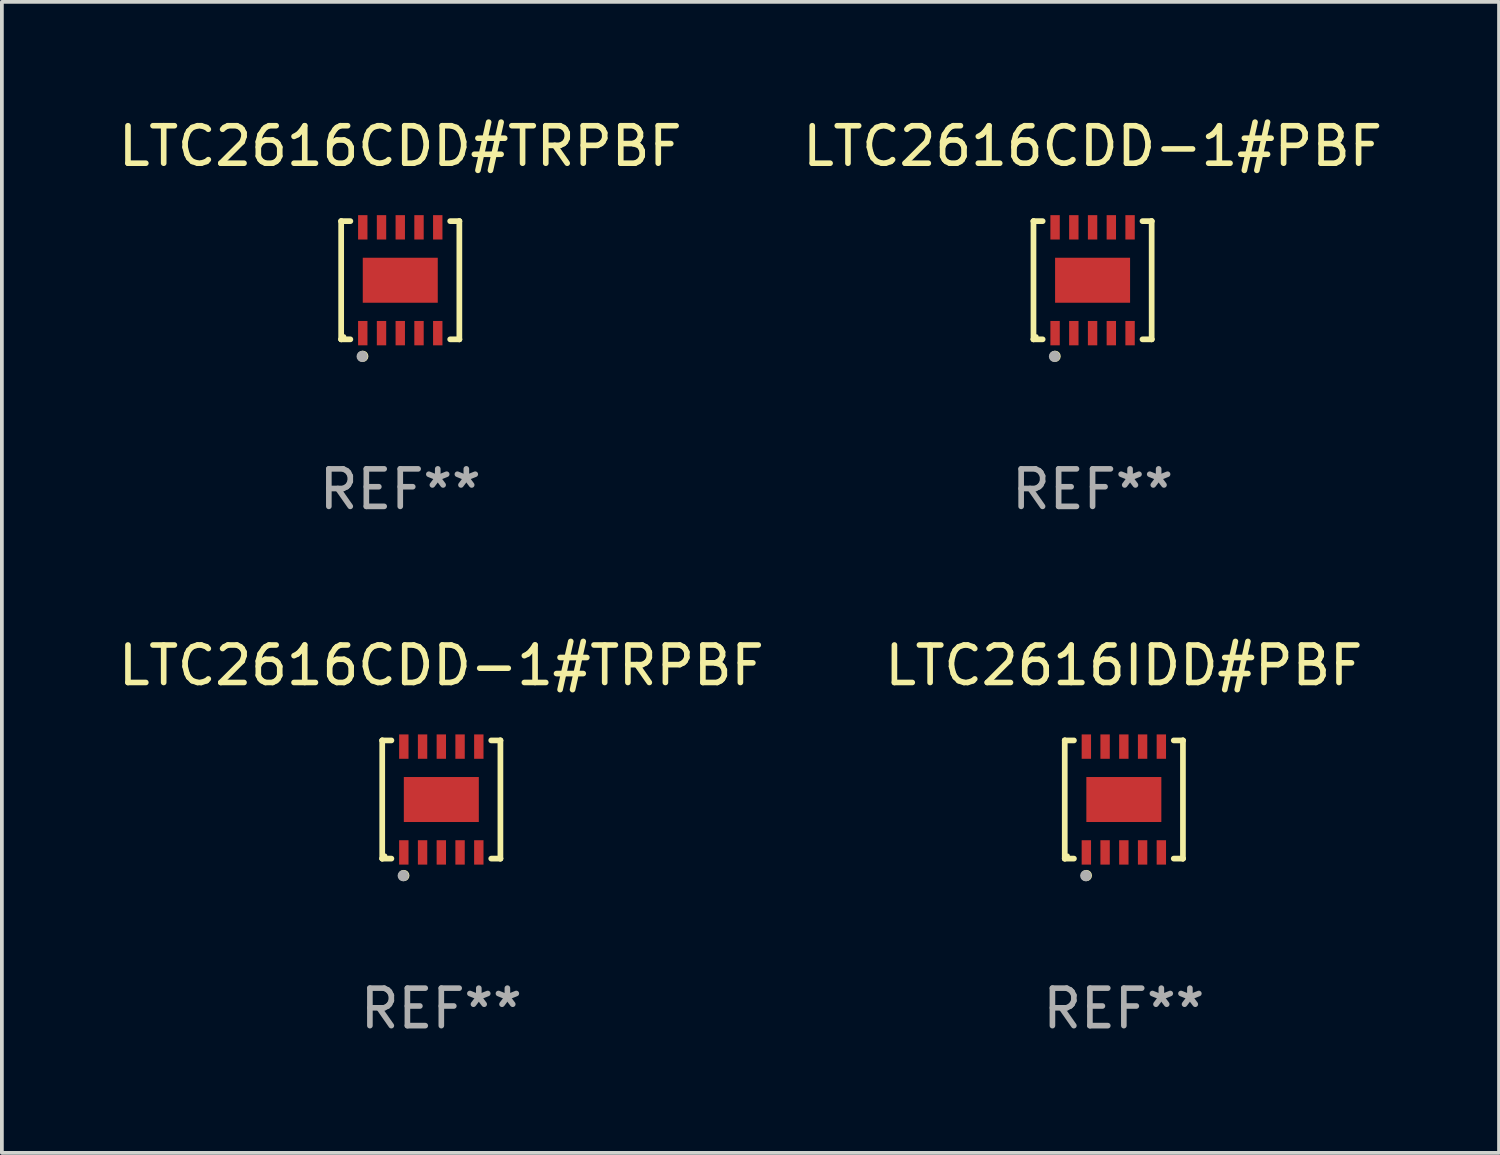
<source format=kicad_pcb>
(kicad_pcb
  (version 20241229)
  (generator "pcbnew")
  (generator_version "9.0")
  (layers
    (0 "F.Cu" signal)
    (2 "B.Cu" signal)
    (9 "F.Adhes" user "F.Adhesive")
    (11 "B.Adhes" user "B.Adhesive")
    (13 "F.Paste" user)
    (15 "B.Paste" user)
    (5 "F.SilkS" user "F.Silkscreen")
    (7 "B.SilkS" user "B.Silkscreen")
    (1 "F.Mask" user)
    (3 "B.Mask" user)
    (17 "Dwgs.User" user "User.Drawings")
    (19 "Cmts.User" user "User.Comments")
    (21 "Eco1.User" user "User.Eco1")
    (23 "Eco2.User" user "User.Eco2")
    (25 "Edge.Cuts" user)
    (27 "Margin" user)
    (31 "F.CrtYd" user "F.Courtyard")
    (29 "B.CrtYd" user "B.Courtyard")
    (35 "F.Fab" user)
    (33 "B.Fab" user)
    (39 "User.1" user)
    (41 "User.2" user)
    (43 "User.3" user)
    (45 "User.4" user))
  (footprint "LTC2616CDD-1#TRPBF"
    (layer "F.Cu")
    (at 8.72 18.273)
    (property "Reference" "LTC2616CDD-1#TRPBF" (at 0 -3.576 0) (layer "F.SilkS") (effects (font (size 1 1) (thickness 0.15))))
    (attr through_hole)
    (fp_line (start -1.576 -1.576) (end -1.576 -1.576) (stroke (width 0.152) (type solid)) (layer "F.SilkS"))
    (fp_line (start -1.576 -1.576) (end -1.331 -1.576) (stroke (width 0.152) (type solid)) (layer "F.SilkS"))
    (fp_line (start -1.576 1.576) (end -1.576 -1.576) (stroke (width 0.152) (type solid)) (layer "F.SilkS"))
    (fp_line (start -1.576 1.576) (end -1.576 1.576) (stroke (width 0.152) (type solid)) (layer "F.SilkS"))
    (fp_line (start -1.331 1.576) (end -1.576 1.576) (stroke (width 0.152) (type solid)) (layer "F.SilkS"))
    (fp_line (start 1.331 1.576) (end 1.576 1.576) (stroke (width 0.152) (type solid)) (layer "F.SilkS"))
    (fp_line (start 1.576 -1.576) (end 1.331 -1.576) (stroke (width 0.152) (type solid)) (layer "F.SilkS"))
    (fp_line (start 1.576 -1.576) (end 1.576 -1.576) (stroke (width 0.152) (type solid)) (layer "F.SilkS"))
    (fp_line (start 1.576 1.576) (end 1.576 -1.576) (stroke (width 0.152) (type solid)) (layer "F.SilkS"))
    (fp_line (start 1.576 1.576) (end 1.576 1.576) (stroke (width 0.152) (type solid)) (layer "F.SilkS"))
    (fp_circle (center -1.5 1.5) (end -1.47 1.5) (stroke (width 0.06) (type solid)) (fill no) (layer "F.SilkS"))
    (fp_circle (center -1 2.028) (end -0.925 2.028) (stroke (width 0.15) (type solid)) (fill no) (layer "F.SilkS"))
    (fp_circle (center -1.016 2.032) (end -0.941 2.032) (stroke (width 0.15) (type solid)) (fill no) (layer "F.Fab"))
    (fp_text user "REF**" (at 0 5.576 0) (layer "F.Fab") (effects (font (size 1 1) (thickness 0.15))))
    (pad "1" smd rect (at -1 1.411) (size 0.25 0.65) (layers "F.Cu" "F.Mask" "F.Paste"))
    (pad "2" smd rect (at -0.5 1.411) (size 0.25 0.65) (layers "F.Cu" "F.Mask" "F.Paste"))
    (pad "3" smd rect (at 0 1.411) (size 0.25 0.65) (layers "F.Cu" "F.Mask" "F.Paste"))
    (pad "4" smd rect (at 0.5 1.411) (size 0.25 0.65) (layers "F.Cu" "F.Mask" "F.Paste"))
    (pad "5" smd rect (at 1 1.411) (size 0.25 0.65) (layers "F.Cu" "F.Mask" "F.Paste"))
    (pad "6" smd rect (at 1 -1.411) (size 0.25 0.65) (layers "F.Cu" "F.Mask" "F.Paste"))
    (pad "7" smd rect (at 0.5 -1.411) (size 0.25 0.65) (layers "F.Cu" "F.Mask" "F.Paste"))
    (pad "8" smd rect (at 0 -1.411) (size 0.25 0.65) (layers "F.Cu" "F.Mask" "F.Paste"))
    (pad "9" smd rect (at -0.5 -1.411) (size 0.25 0.65) (layers "F.Cu" "F.Mask" "F.Paste"))
    (pad "10" smd rect (at -1 -1.411) (size 0.25 0.65) (layers "F.Cu" "F.Mask" "F.Paste"))
    (pad "11" smd rect (at 0 0) (size 2 1.2) (layers "F.Cu" "F.Mask" "F.Paste")))
  (footprint "LTC2616CDD#TRPBF"
    (layer "F.Cu")
    (at 7.625 4.424)
    (property "Reference" "LTC2616CDD#TRPBF" (at 0 -3.576 0) (layer "F.SilkS") (effects (font (size 1 1) (thickness 0.15))))
    (attr through_hole)
    (fp_line (start -1.576 -1.576) (end -1.576 -1.576) (stroke (width 0.152) (type solid)) (layer "F.SilkS"))
    (fp_line (start -1.576 -1.576) (end -1.331 -1.576) (stroke (width 0.152) (type solid)) (layer "F.SilkS"))
    (fp_line (start -1.576 1.576) (end -1.576 -1.576) (stroke (width 0.152) (type solid)) (layer "F.SilkS"))
    (fp_line (start -1.576 1.576) (end -1.576 1.576) (stroke (width 0.152) (type solid)) (layer "F.SilkS"))
    (fp_line (start -1.331 1.576) (end -1.576 1.576) (stroke (width 0.152) (type solid)) (layer "F.SilkS"))
    (fp_line (start 1.331 1.576) (end 1.576 1.576) (stroke (width 0.152) (type solid)) (layer "F.SilkS"))
    (fp_line (start 1.576 -1.576) (end 1.331 -1.576) (stroke (width 0.152) (type solid)) (layer "F.SilkS"))
    (fp_line (start 1.576 -1.576) (end 1.576 -1.576) (stroke (width 0.152) (type solid)) (layer "F.SilkS"))
    (fp_line (start 1.576 1.576) (end 1.576 -1.576) (stroke (width 0.152) (type solid)) (layer "F.SilkS"))
    (fp_line (start 1.576 1.576) (end 1.576 1.576) (stroke (width 0.152) (type solid)) (layer "F.SilkS"))
    (fp_circle (center -1.5 1.5) (end -1.47 1.5) (stroke (width 0.06) (type solid)) (fill no) (layer "F.SilkS"))
    (fp_circle (center -1 2.028) (end -0.925 2.028) (stroke (width 0.15) (type solid)) (fill no) (layer "F.SilkS"))
    (fp_circle (center -1.016 2.032) (end -0.941 2.032) (stroke (width 0.15) (type solid)) (fill no) (layer "F.Fab"))
    (fp_text user "REF**" (at 0 5.576 0) (layer "F.Fab") (effects (font (size 1 1) (thickness 0.15))))
    (pad "1" smd rect (at -1 1.411) (size 0.25 0.65) (layers "F.Cu" "F.Mask" "F.Paste"))
    (pad "2" smd rect (at -0.5 1.411) (size 0.25 0.65) (layers "F.Cu" "F.Mask" "F.Paste"))
    (pad "3" smd rect (at 0 1.411) (size 0.25 0.65) (layers "F.Cu" "F.Mask" "F.Paste"))
    (pad "4" smd rect (at 0.5 1.411) (size 0.25 0.65) (layers "F.Cu" "F.Mask" "F.Paste"))
    (pad "5" smd rect (at 1 1.411) (size 0.25 0.65) (layers "F.Cu" "F.Mask" "F.Paste"))
    (pad "6" smd rect (at 1 -1.411) (size 0.25 0.65) (layers "F.Cu" "F.Mask" "F.Paste"))
    (pad "7" smd rect (at 0.5 -1.411) (size 0.25 0.65) (layers "F.Cu" "F.Mask" "F.Paste"))
    (pad "8" smd rect (at 0 -1.411) (size 0.25 0.65) (layers "F.Cu" "F.Mask" "F.Paste"))
    (pad "9" smd rect (at -0.5 -1.411) (size 0.25 0.65) (layers "F.Cu" "F.Mask" "F.Paste"))
    (pad "10" smd rect (at -1 -1.411) (size 0.25 0.65) (layers "F.Cu" "F.Mask" "F.Paste"))
    (pad "11" smd rect (at 0 0) (size 2 1.2) (layers "F.Cu" "F.Mask" "F.Paste")))
  (footprint "LTC2616IDD#PBF"
    (layer "F.Cu")
    (at 26.923 18.273)
    (property "Reference" "LTC2616IDD#PBF" (at 0 -3.576 0) (layer "F.SilkS") (effects (font (size 1 1) (thickness 0.15))))
    (attr through_hole)
    (fp_line (start -1.576 -1.576) (end -1.576 -1.576) (stroke (width 0.152) (type solid)) (layer "F.SilkS"))
    (fp_line (start -1.576 -1.576) (end -1.331 -1.576) (stroke (width 0.152) (type solid)) (layer "F.SilkS"))
    (fp_line (start -1.576 1.576) (end -1.576 -1.576) (stroke (width 0.152) (type solid)) (layer "F.SilkS"))
    (fp_line (start -1.576 1.576) (end -1.576 1.576) (stroke (width 0.152) (type solid)) (layer "F.SilkS"))
    (fp_line (start -1.331 1.576) (end -1.576 1.576) (stroke (width 0.152) (type solid)) (layer "F.SilkS"))
    (fp_line (start 1.331 1.576) (end 1.576 1.576) (stroke (width 0.152) (type solid)) (layer "F.SilkS"))
    (fp_line (start 1.576 -1.576) (end 1.331 -1.576) (stroke (width 0.152) (type solid)) (layer "F.SilkS"))
    (fp_line (start 1.576 -1.576) (end 1.576 -1.576) (stroke (width 0.152) (type solid)) (layer "F.SilkS"))
    (fp_line (start 1.576 1.576) (end 1.576 -1.576) (stroke (width 0.152) (type solid)) (layer "F.SilkS"))
    (fp_line (start 1.576 1.576) (end 1.576 1.576) (stroke (width 0.152) (type solid)) (layer "F.SilkS"))
    (fp_circle (center -1.5 1.5) (end -1.47 1.5) (stroke (width 0.06) (type solid)) (fill no) (layer "F.SilkS"))
    (fp_circle (center -1 2.028) (end -0.925 2.028) (stroke (width 0.15) (type solid)) (fill no) (layer "F.SilkS"))
    (fp_circle (center -1.016 2.032) (end -0.941 2.032) (stroke (width 0.15) (type solid)) (fill no) (layer "F.Fab"))
    (fp_text user "REF**" (at 0 5.576 0) (layer "F.Fab") (effects (font (size 1 1) (thickness 0.15))))
    (pad "1" smd rect (at -1 1.411) (size 0.25 0.65) (layers "F.Cu" "F.Mask" "F.Paste"))
    (pad "2" smd rect (at -0.5 1.411) (size 0.25 0.65) (layers "F.Cu" "F.Mask" "F.Paste"))
    (pad "3" smd rect (at 0 1.411) (size 0.25 0.65) (layers "F.Cu" "F.Mask" "F.Paste"))
    (pad "4" smd rect (at 0.5 1.411) (size 0.25 0.65) (layers "F.Cu" "F.Mask" "F.Paste"))
    (pad "5" smd rect (at 1 1.411) (size 0.25 0.65) (layers "F.Cu" "F.Mask" "F.Paste"))
    (pad "6" smd rect (at 1 -1.411) (size 0.25 0.65) (layers "F.Cu" "F.Mask" "F.Paste"))
    (pad "7" smd rect (at 0.5 -1.411) (size 0.25 0.65) (layers "F.Cu" "F.Mask" "F.Paste"))
    (pad "8" smd rect (at 0 -1.411) (size 0.25 0.65) (layers "F.Cu" "F.Mask" "F.Paste"))
    (pad "9" smd rect (at -0.5 -1.411) (size 0.25 0.65) (layers "F.Cu" "F.Mask" "F.Paste"))
    (pad "10" smd rect (at -1 -1.411) (size 0.25 0.65) (layers "F.Cu" "F.Mask" "F.Paste"))
    (pad "11" smd rect (at 0 0) (size 2 1.2) (layers "F.Cu" "F.Mask" "F.Paste")))
  (footprint "LTC2616CDD-1#PBF"
    (layer "F.Cu")
    (at 26.089 4.424)
    (property "Reference" "LTC2616CDD-1#PBF" (at 0 -3.576 0) (layer "F.SilkS") (effects (font (size 1 1) (thickness 0.15))))
    (attr through_hole)
    (fp_line (start -1.576 -1.576) (end -1.576 -1.576) (stroke (width 0.152) (type solid)) (layer "F.SilkS"))
    (fp_line (start -1.576 -1.576) (end -1.331 -1.576) (stroke (width 0.152) (type solid)) (layer "F.SilkS"))
    (fp_line (start -1.576 1.576) (end -1.576 -1.576) (stroke (width 0.152) (type solid)) (layer "F.SilkS"))
    (fp_line (start -1.576 1.576) (end -1.576 1.576) (stroke (width 0.152) (type solid)) (layer "F.SilkS"))
    (fp_line (start -1.331 1.576) (end -1.576 1.576) (stroke (width 0.152) (type solid)) (layer "F.SilkS"))
    (fp_line (start 1.331 1.576) (end 1.576 1.576) (stroke (width 0.152) (type solid)) (layer "F.SilkS"))
    (fp_line (start 1.576 -1.576) (end 1.331 -1.576) (stroke (width 0.152) (type solid)) (layer "F.SilkS"))
    (fp_line (start 1.576 -1.576) (end 1.576 -1.576) (stroke (width 0.152) (type solid)) (layer "F.SilkS"))
    (fp_line (start 1.576 1.576) (end 1.576 -1.576) (stroke (width 0.152) (type solid)) (layer "F.SilkS"))
    (fp_line (start 1.576 1.576) (end 1.576 1.576) (stroke (width 0.152) (type solid)) (layer "F.SilkS"))
    (fp_circle (center -1.5 1.5) (end -1.47 1.5) (stroke (width 0.06) (type solid)) (fill no) (layer "F.SilkS"))
    (fp_circle (center -1 2.028) (end -0.925 2.028) (stroke (width 0.15) (type solid)) (fill no) (layer "F.SilkS"))
    (fp_circle (center -1.016 2.032) (end -0.941 2.032) (stroke (width 0.15) (type solid)) (fill no) (layer "F.Fab"))
    (fp_text user "REF**" (at 0 5.576 0) (layer "F.Fab") (effects (font (size 1 1) (thickness 0.15))))
    (pad "1" smd rect (at -1 1.411) (size 0.25 0.65) (layers "F.Cu" "F.Mask" "F.Paste"))
    (pad "2" smd rect (at -0.5 1.411) (size 0.25 0.65) (layers "F.Cu" "F.Mask" "F.Paste"))
    (pad "3" smd rect (at 0 1.411) (size 0.25 0.65) (layers "F.Cu" "F.Mask" "F.Paste"))
    (pad "4" smd rect (at 0.5 1.411) (size 0.25 0.65) (layers "F.Cu" "F.Mask" "F.Paste"))
    (pad "5" smd rect (at 1 1.411) (size 0.25 0.65) (layers "F.Cu" "F.Mask" "F.Paste"))
    (pad "6" smd rect (at 1 -1.411) (size 0.25 0.65) (layers "F.Cu" "F.Mask" "F.Paste"))
    (pad "7" smd rect (at 0.5 -1.411) (size 0.25 0.65) (layers "F.Cu" "F.Mask" "F.Paste"))
    (pad "8" smd rect (at 0 -1.411) (size 0.25 0.65) (layers "F.Cu" "F.Mask" "F.Paste"))
    (pad "9" smd rect (at -0.5 -1.411) (size 0.25 0.65) (layers "F.Cu" "F.Mask" "F.Paste"))
    (pad "10" smd rect (at -1 -1.411) (size 0.25 0.65) (layers "F.Cu" "F.Mask" "F.Paste"))
    (pad "11" smd rect (at 0 0) (size 2 1.2) (layers "F.Cu" "F.Mask" "F.Paste")))
  (gr_rect
    (start -3 -3)
    (end 36.929 27.698)
    (stroke (width 0.1) (type default))
    (fill no)
    (layer "Edge.Cuts")))
</source>
